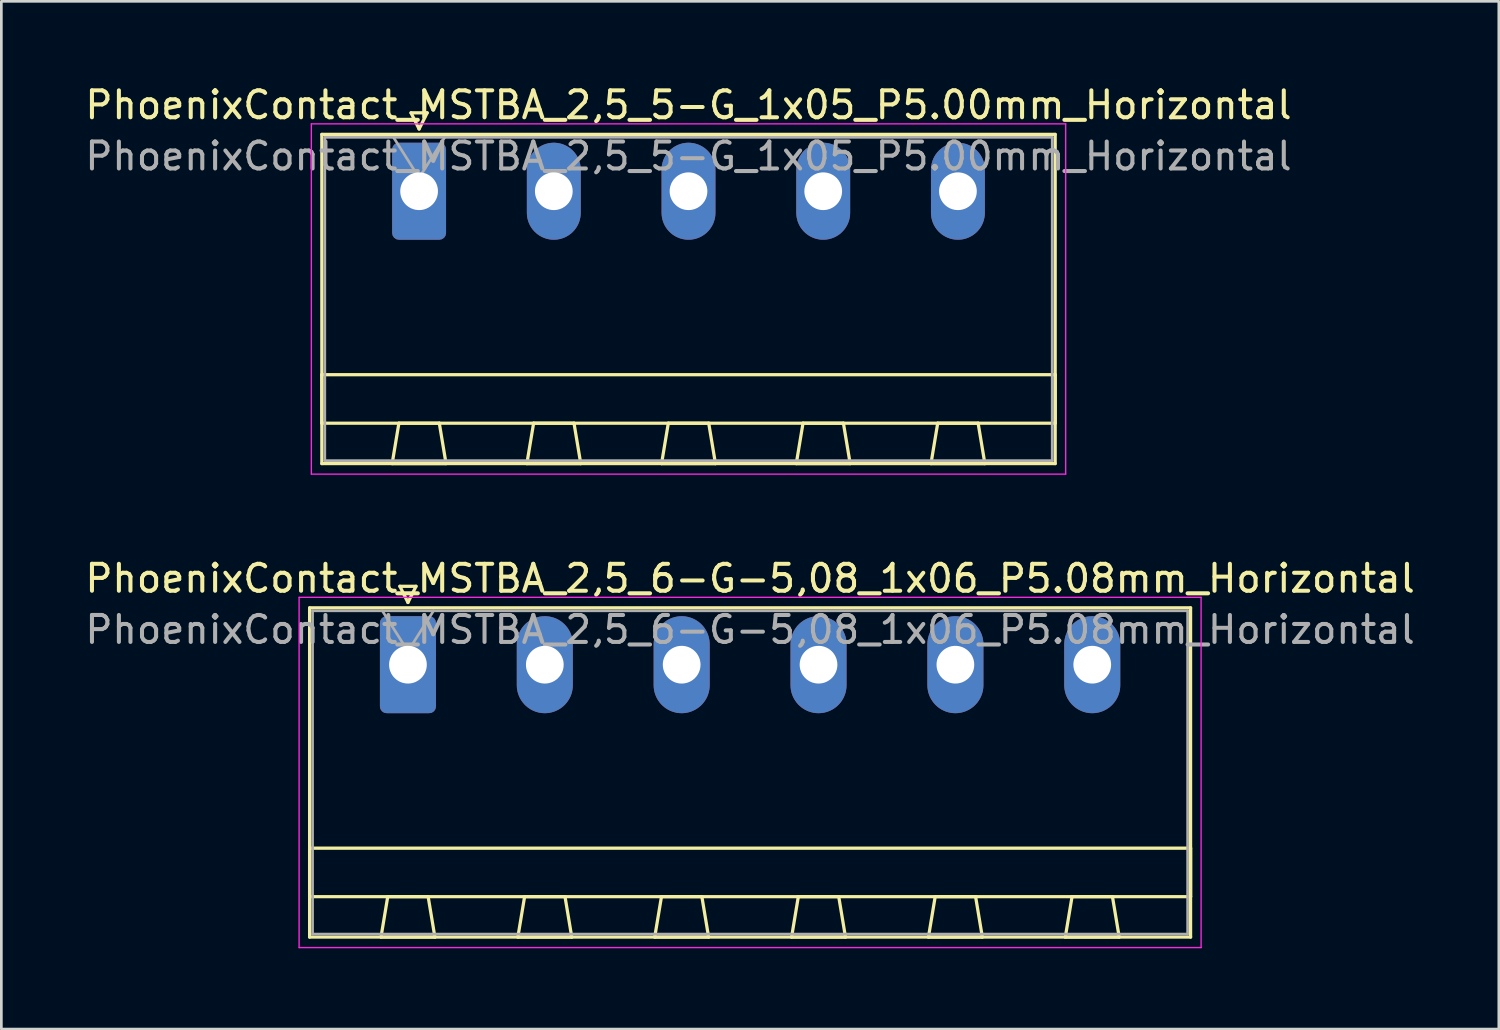
<source format=kicad_pcb>
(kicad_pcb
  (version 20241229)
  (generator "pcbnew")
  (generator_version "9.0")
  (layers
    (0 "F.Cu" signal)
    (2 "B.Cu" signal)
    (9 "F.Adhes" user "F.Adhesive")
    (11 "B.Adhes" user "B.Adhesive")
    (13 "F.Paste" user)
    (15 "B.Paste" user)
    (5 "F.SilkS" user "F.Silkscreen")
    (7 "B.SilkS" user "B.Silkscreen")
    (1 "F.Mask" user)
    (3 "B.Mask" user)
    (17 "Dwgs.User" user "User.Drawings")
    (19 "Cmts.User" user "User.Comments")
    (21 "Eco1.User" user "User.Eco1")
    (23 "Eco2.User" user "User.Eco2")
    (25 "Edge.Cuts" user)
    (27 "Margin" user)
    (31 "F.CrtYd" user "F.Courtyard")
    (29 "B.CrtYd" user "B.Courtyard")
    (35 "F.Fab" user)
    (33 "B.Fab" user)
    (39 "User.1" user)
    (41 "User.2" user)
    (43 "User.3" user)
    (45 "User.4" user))
  (footprint "PhoenixContact_MSTBA_2,5_6-G-5,08_1x06_P5.08mm_Horizontal"
    (layer "F.Cu")
    (at 12.092 21.622)
    (property "Reference" "PhoenixContact_MSTBA_2,5_6-G-5,08_1x06_P5.08mm_Horizontal" (at 12.7 -3.2 0) (layer "F.SilkS") (effects (font (size 1 1) (thickness 0.15))))
    (attr through_hole)
    (fp_line (start -3.65 -2.11) (end -3.65 10.11) (stroke (width 0.12) (type solid)) (layer "F.SilkS"))
    (fp_line (start -3.65 6.81) (end 29.05 6.81) (stroke (width 0.12) (type solid)) (layer "F.SilkS"))
    (fp_line (start -3.65 8.61) (end -3.65 6.81) (stroke (width 0.12) (type solid)) (layer "F.SilkS"))
    (fp_line (start -3.65 10.11) (end 29.05 10.11) (stroke (width 0.12) (type solid)) (layer "F.SilkS"))
    (fp_line (start -1 10.11) (end 1 10.11) (stroke (width 0.12) (type solid)) (layer "F.SilkS"))
    (fp_line (start -0.75 8.61) (end -1 10.11) (stroke (width 0.12) (type solid)) (layer "F.SilkS"))
    (fp_line (start -0.3 -2.91) (end 0.3 -2.91) (stroke (width 0.12) (type solid)) (layer "F.SilkS"))
    (fp_line (start 0 -2.31) (end -0.3 -2.91) (stroke (width 0.12) (type solid)) (layer "F.SilkS"))
    (fp_line (start 0.3 -2.91) (end 0 -2.31) (stroke (width 0.12) (type solid)) (layer "F.SilkS"))
    (fp_line (start 0.75 8.61) (end -0.75 8.61) (stroke (width 0.12) (type solid)) (layer "F.SilkS"))
    (fp_line (start 1 10.11) (end 0.75 8.61) (stroke (width 0.12) (type solid)) (layer "F.SilkS"))
    (fp_line (start 4.08 10.11) (end 6.08 10.11) (stroke (width 0.12) (type solid)) (layer "F.SilkS"))
    (fp_line (start 4.33 8.61) (end 4.08 10.11) (stroke (width 0.12) (type solid)) (layer "F.SilkS"))
    (fp_line (start 5.83 8.61) (end 4.33 8.61) (stroke (width 0.12) (type solid)) (layer "F.SilkS"))
    (fp_line (start 6.08 10.11) (end 5.83 8.61) (stroke (width 0.12) (type solid)) (layer "F.SilkS"))
    (fp_line (start 9.16 10.11) (end 11.16 10.11) (stroke (width 0.12) (type solid)) (layer "F.SilkS"))
    (fp_line (start 9.41 8.61) (end 9.16 10.11) (stroke (width 0.12) (type solid)) (layer "F.SilkS"))
    (fp_line (start 10.91 8.61) (end 9.41 8.61) (stroke (width 0.12) (type solid)) (layer "F.SilkS"))
    (fp_line (start 11.16 10.11) (end 10.91 8.61) (stroke (width 0.12) (type solid)) (layer "F.SilkS"))
    (fp_line (start 14.24 10.11) (end 16.24 10.11) (stroke (width 0.12) (type solid)) (layer "F.SilkS"))
    (fp_line (start 14.49 8.61) (end 14.24 10.11) (stroke (width 0.12) (type solid)) (layer "F.SilkS"))
    (fp_line (start 15.99 8.61) (end 14.49 8.61) (stroke (width 0.12) (type solid)) (layer "F.SilkS"))
    (fp_line (start 16.24 10.11) (end 15.99 8.61) (stroke (width 0.12) (type solid)) (layer "F.SilkS"))
    (fp_line (start 19.32 10.11) (end 21.32 10.11) (stroke (width 0.12) (type solid)) (layer "F.SilkS"))
    (fp_line (start 19.57 8.61) (end 19.32 10.11) (stroke (width 0.12) (type solid)) (layer "F.SilkS"))
    (fp_line (start 21.07 8.61) (end 19.57 8.61) (stroke (width 0.12) (type solid)) (layer "F.SilkS"))
    (fp_line (start 21.32 10.11) (end 21.07 8.61) (stroke (width 0.12) (type solid)) (layer "F.SilkS"))
    (fp_line (start 24.4 10.11) (end 26.4 10.11) (stroke (width 0.12) (type solid)) (layer "F.SilkS"))
    (fp_line (start 24.65 8.61) (end 24.4 10.11) (stroke (width 0.12) (type solid)) (layer "F.SilkS"))
    (fp_line (start 26.15 8.61) (end 24.65 8.61) (stroke (width 0.12) (type solid)) (layer "F.SilkS"))
    (fp_line (start 26.4 10.11) (end 26.15 8.61) (stroke (width 0.12) (type solid)) (layer "F.SilkS"))
    (fp_line (start 29.05 -2.11) (end -3.65 -2.11) (stroke (width 0.12) (type solid)) (layer "F.SilkS"))
    (fp_line (start 29.05 6.81) (end 29.05 8.61) (stroke (width 0.12) (type solid)) (layer "F.SilkS"))
    (fp_line (start 29.05 8.61) (end -3.65 8.61) (stroke (width 0.12) (type solid)) (layer "F.SilkS"))
    (fp_line (start 29.05 10.11) (end 29.05 -2.11) (stroke (width 0.12) (type solid)) (layer "F.SilkS"))
    (fp_line (start -4.04 -2.5) (end -4.04 10.5) (stroke (width 0.05) (type solid)) (layer "F.CrtYd"))
    (fp_line (start -4.04 10.5) (end 29.44 10.5) (stroke (width 0.05) (type solid)) (layer "F.CrtYd"))
    (fp_line (start 29.44 -2.5) (end -4.04 -2.5) (stroke (width 0.05) (type solid)) (layer "F.CrtYd"))
    (fp_line (start 29.44 10.5) (end 29.44 -2.5) (stroke (width 0.05) (type solid)) (layer "F.CrtYd"))
    (fp_line (start -3.54 -2) (end -3.54 10) (stroke (width 0.1) (type solid)) (layer "F.Fab"))
    (fp_line (start -3.54 10) (end 28.94 10) (stroke (width 0.1) (type solid)) (layer "F.Fab"))
    (fp_line (start 0 -0.5) (end -0.95 -2) (stroke (width 0.1) (type solid)) (layer "F.Fab"))
    (fp_line (start 0.95 -2) (end 0 -0.5) (stroke (width 0.1) (type solid)) (layer "F.Fab"))
    (fp_line (start 28.94 -2) (end -3.54 -2) (stroke (width 0.1) (type solid)) (layer "F.Fab"))
    (fp_line (start 28.94 10) (end 28.94 -2) (stroke (width 0.1) (type solid)) (layer "F.Fab"))
    (fp_text user "${REFERENCE}" (at 12.7 -1.3 0) (layer "F.Fab") (effects (font (size 1 1) (thickness 0.15))))
    (pad "1" thru_hole roundrect (at 0 0) (size 2.08 3.6) (drill 1.4) (layers "*.Cu" "*.Mask") (roundrect_rratio 0.12))
    (pad "2" thru_hole oval (at 5.08 0) (size 2.08 3.6) (drill 1.4) (layers "*.Cu" "*.Mask"))
    (pad "3" thru_hole oval (at 10.16 0) (size 2.08 3.6) (drill 1.4) (layers "*.Cu" "*.Mask"))
    (pad "4" thru_hole oval (at 15.24 0) (size 2.08 3.6) (drill 1.4) (layers "*.Cu" "*.Mask"))
    (pad "5" thru_hole oval (at 20.32 0) (size 2.08 3.6) (drill 1.4) (layers "*.Cu" "*.Mask"))
    (pad "6" thru_hole oval (at 25.4 0) (size 2.08 3.6) (drill 1.4) (layers "*.Cu" "*.Mask")))
  (footprint "PhoenixContact_MSTBA_2,5_5-G_1x05_P5.00mm_Horizontal"
    (layer "F.Cu")
    (at 12.506 4.048)
    (property "Reference" "PhoenixContact_MSTBA_2,5_5-G_1x05_P5.00mm_Horizontal" (at 10 -3.2 0) (layer "F.SilkS") (effects (font (size 1 1) (thickness 0.15))))
    (attr through_hole)
    (fp_line (start -3.61 -2.11) (end -3.61 10.11) (stroke (width 0.12) (type solid)) (layer "F.SilkS"))
    (fp_line (start -3.61 6.81) (end 23.61 6.81) (stroke (width 0.12) (type solid)) (layer "F.SilkS"))
    (fp_line (start -3.61 8.61) (end -3.61 6.81) (stroke (width 0.12) (type solid)) (layer "F.SilkS"))
    (fp_line (start -3.61 10.11) (end 23.61 10.11) (stroke (width 0.12) (type solid)) (layer "F.SilkS"))
    (fp_line (start -1 10.11) (end 1 10.11) (stroke (width 0.12) (type solid)) (layer "F.SilkS"))
    (fp_line (start -0.75 8.61) (end -1 10.11) (stroke (width 0.12) (type solid)) (layer "F.SilkS"))
    (fp_line (start -0.3 -2.91) (end 0.3 -2.91) (stroke (width 0.12) (type solid)) (layer "F.SilkS"))
    (fp_line (start 0 -2.31) (end -0.3 -2.91) (stroke (width 0.12) (type solid)) (layer "F.SilkS"))
    (fp_line (start 0.3 -2.91) (end 0 -2.31) (stroke (width 0.12) (type solid)) (layer "F.SilkS"))
    (fp_line (start 0.75 8.61) (end -0.75 8.61) (stroke (width 0.12) (type solid)) (layer "F.SilkS"))
    (fp_line (start 1 10.11) (end 0.75 8.61) (stroke (width 0.12) (type solid)) (layer "F.SilkS"))
    (fp_line (start 4 10.11) (end 6 10.11) (stroke (width 0.12) (type solid)) (layer "F.SilkS"))
    (fp_line (start 4.25 8.61) (end 4 10.11) (stroke (width 0.12) (type solid)) (layer "F.SilkS"))
    (fp_line (start 5.75 8.61) (end 4.25 8.61) (stroke (width 0.12) (type solid)) (layer "F.SilkS"))
    (fp_line (start 6 10.11) (end 5.75 8.61) (stroke (width 0.12) (type solid)) (layer "F.SilkS"))
    (fp_line (start 9 10.11) (end 11 10.11) (stroke (width 0.12) (type solid)) (layer "F.SilkS"))
    (fp_line (start 9.25 8.61) (end 9 10.11) (stroke (width 0.12) (type solid)) (layer "F.SilkS"))
    (fp_line (start 10.75 8.61) (end 9.25 8.61) (stroke (width 0.12) (type solid)) (layer "F.SilkS"))
    (fp_line (start 11 10.11) (end 10.75 8.61) (stroke (width 0.12) (type solid)) (layer "F.SilkS"))
    (fp_line (start 14 10.11) (end 16 10.11) (stroke (width 0.12) (type solid)) (layer "F.SilkS"))
    (fp_line (start 14.25 8.61) (end 14 10.11) (stroke (width 0.12) (type solid)) (layer "F.SilkS"))
    (fp_line (start 15.75 8.61) (end 14.25 8.61) (stroke (width 0.12) (type solid)) (layer "F.SilkS"))
    (fp_line (start 16 10.11) (end 15.75 8.61) (stroke (width 0.12) (type solid)) (layer "F.SilkS"))
    (fp_line (start 19 10.11) (end 21 10.11) (stroke (width 0.12) (type solid)) (layer "F.SilkS"))
    (fp_line (start 19.25 8.61) (end 19 10.11) (stroke (width 0.12) (type solid)) (layer "F.SilkS"))
    (fp_line (start 20.75 8.61) (end 19.25 8.61) (stroke (width 0.12) (type solid)) (layer "F.SilkS"))
    (fp_line (start 21 10.11) (end 20.75 8.61) (stroke (width 0.12) (type solid)) (layer "F.SilkS"))
    (fp_line (start 23.61 -2.11) (end -3.61 -2.11) (stroke (width 0.12) (type solid)) (layer "F.SilkS"))
    (fp_line (start 23.61 6.81) (end 23.61 8.61) (stroke (width 0.12) (type solid)) (layer "F.SilkS"))
    (fp_line (start 23.61 8.61) (end -3.61 8.61) (stroke (width 0.12) (type solid)) (layer "F.SilkS"))
    (fp_line (start 23.61 10.11) (end 23.61 -2.11) (stroke (width 0.12) (type solid)) (layer "F.SilkS"))
    (fp_line (start -4 -2.5) (end -4 10.5) (stroke (width 0.05) (type solid)) (layer "F.CrtYd"))
    (fp_line (start -4 10.5) (end 24 10.5) (stroke (width 0.05) (type solid)) (layer "F.CrtYd"))
    (fp_line (start 24 -2.5) (end -4 -2.5) (stroke (width 0.05) (type solid)) (layer "F.CrtYd"))
    (fp_line (start 24 10.5) (end 24 -2.5) (stroke (width 0.05) (type solid)) (layer "F.CrtYd"))
    (fp_line (start -3.5 -2) (end -3.5 10) (stroke (width 0.1) (type solid)) (layer "F.Fab"))
    (fp_line (start -3.5 10) (end 23.5 10) (stroke (width 0.1) (type solid)) (layer "F.Fab"))
    (fp_line (start 0 -0.5) (end -0.95 -2) (stroke (width 0.1) (type solid)) (layer "F.Fab"))
    (fp_line (start 0.95 -2) (end 0 -0.5) (stroke (width 0.1) (type solid)) (layer "F.Fab"))
    (fp_line (start 23.5 -2) (end -3.5 -2) (stroke (width 0.1) (type solid)) (layer "F.Fab"))
    (fp_line (start 23.5 10) (end 23.5 -2) (stroke (width 0.1) (type solid)) (layer "F.Fab"))
    (fp_text user "${REFERENCE}" (at 10 -1.3 0) (layer "F.Fab") (effects (font (size 1 1) (thickness 0.15))))
    (pad "1" thru_hole roundrect (at 0 0) (size 2 3.6) (drill 1.4) (layers "*.Cu" "*.Mask") (roundrect_rratio 0.125))
    (pad "2" thru_hole oval (at 5 0) (size 2 3.6) (drill 1.4) (layers "*.Cu" "*.Mask"))
    (pad "3" thru_hole oval (at 10 0) (size 2 3.6) (drill 1.4) (layers "*.Cu" "*.Mask"))
    (pad "4" thru_hole oval (at 15 0) (size 2 3.6) (drill 1.4) (layers "*.Cu" "*.Mask"))
    (pad "5" thru_hole oval (at 20 0) (size 2 3.6) (drill 1.4) (layers "*.Cu" "*.Mask")))
  (gr_rect
    (start -3 -3)
    (end 52.583 35.147)
    (stroke (width 0.1) (type default))
    (fill no)
    (layer "Edge.Cuts")))
</source>
